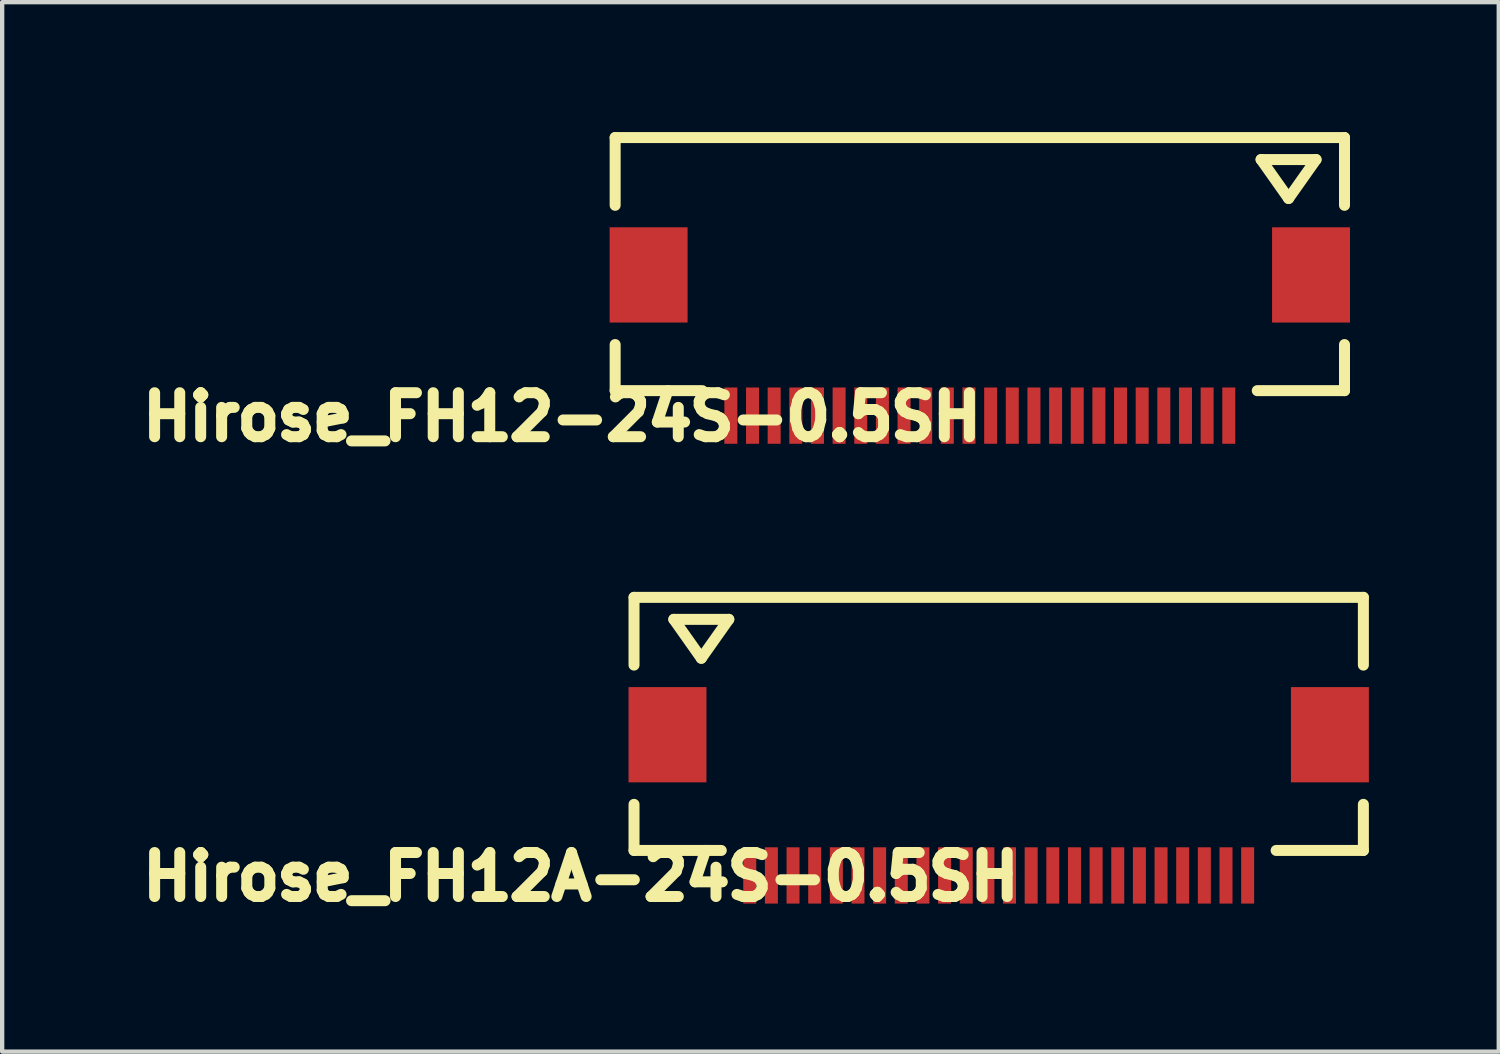
<source format=kicad_pcb>
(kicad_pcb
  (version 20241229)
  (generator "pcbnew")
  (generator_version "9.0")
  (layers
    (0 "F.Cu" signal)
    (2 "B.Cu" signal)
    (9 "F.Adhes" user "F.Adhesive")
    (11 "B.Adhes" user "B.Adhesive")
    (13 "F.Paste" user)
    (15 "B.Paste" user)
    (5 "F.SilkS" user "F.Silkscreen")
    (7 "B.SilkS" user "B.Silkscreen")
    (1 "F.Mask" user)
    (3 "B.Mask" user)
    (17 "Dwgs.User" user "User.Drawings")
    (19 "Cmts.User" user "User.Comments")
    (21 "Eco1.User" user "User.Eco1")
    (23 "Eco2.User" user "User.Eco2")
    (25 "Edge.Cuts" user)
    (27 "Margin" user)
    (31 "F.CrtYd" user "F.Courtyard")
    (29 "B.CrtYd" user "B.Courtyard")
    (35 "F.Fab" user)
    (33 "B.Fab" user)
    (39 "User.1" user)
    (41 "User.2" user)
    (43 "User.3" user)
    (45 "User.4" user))
  (footprint "Hirose_FH12-24S-0.5SH"
    (layer "F.Cu")
    (at 19.581 3.3)
    (property "Reference" "Hirose_FH12-24S-0.5SH" (at -9.65 3.28 0) (layer "F.SilkS") (effects (font (size 1.016 1.016) (thickness 0.254))))
    (attr through_hole)
    (fp_line (start -8.423 -3.173) (end -8.423 -1.608) (stroke (width 0.254) (type solid)) (layer "F.SilkS"))
    (fp_line (start -8.423 1.608) (end -8.423 2.673) (stroke (width 0.254) (type solid)) (layer "F.SilkS"))
    (fp_line (start -8.423 2.673) (end -6.408 2.673) (stroke (width 0.254) (type solid)) (layer "F.SilkS"))
    (fp_line (start 6.496 -2.665) (end 7.766 -2.665) (stroke (width 0.254) (type solid)) (layer "F.SilkS"))
    (fp_line (start 7.131 -1.766) (end 6.496 -2.665) (stroke (width 0.254) (type solid)) (layer "F.SilkS"))
    (fp_line (start 7.766 -2.665) (end 7.131 -1.766) (stroke (width 0.254) (type solid)) (layer "F.SilkS"))
    (fp_line (start 8.423 -3.173) (end -8.423 -3.173) (stroke (width 0.254) (type solid)) (layer "F.SilkS"))
    (fp_line (start 8.423 -1.608) (end 8.423 -3.173) (stroke (width 0.254) (type solid)) (layer "F.SilkS"))
    (fp_line (start 8.423 1.608) (end 8.423 2.673) (stroke (width 0.254) (type solid)) (layer "F.SilkS"))
    (fp_line (start 8.423 2.673) (end 6.408 2.673) (stroke (width 0.254) (type solid)) (layer "F.SilkS"))
    (pad "" smd rect (at -7.65 0 270) (size 2.2 1.8) (layers "F.Cu" "F.Mask" "F.Paste"))
    (pad "" smd rect (at 7.65 0 270) (size 2.2 1.8) (layers "F.Cu" "F.Mask" "F.Paste"))
    (pad "1" smd rect (at 5.75 3.25 270) (size 1.3 0.3) (layers "F.Cu" "F.Mask" "F.Paste"))
    (pad "2" smd rect (at 5.25 3.25 270) (size 1.3 0.3) (layers "F.Cu" "F.Mask" "F.Paste"))
    (pad "3" smd rect (at 4.75 3.25 270) (size 1.3 0.3) (layers "F.Cu" "F.Mask" "F.Paste"))
    (pad "4" smd rect (at 4.25 3.25 270) (size 1.3 0.3) (layers "F.Cu" "F.Mask" "F.Paste"))
    (pad "5" smd rect (at 3.75 3.25 270) (size 1.3 0.3) (layers "F.Cu" "F.Mask" "F.Paste"))
    (pad "6" smd rect (at 3.25 3.25 270) (size 1.3 0.3) (layers "F.Cu" "F.Mask" "F.Paste"))
    (pad "7" smd rect (at 2.75 3.25 270) (size 1.3 0.3) (layers "F.Cu" "F.Mask" "F.Paste"))
    (pad "8" smd rect (at 2.25 3.25 270) (size 1.3 0.3) (layers "F.Cu" "F.Mask" "F.Paste"))
    (pad "9" smd rect (at 1.75 3.25 270) (size 1.3 0.3) (layers "F.Cu" "F.Mask" "F.Paste"))
    (pad "10" smd rect (at 1.25 3.25 270) (size 1.3 0.3) (layers "F.Cu" "F.Mask" "F.Paste"))
    (pad "11" smd rect (at 0.75 3.25 270) (size 1.3 0.3) (layers "F.Cu" "F.Mask" "F.Paste"))
    (pad "12" smd rect (at 0.25 3.25 270) (size 1.3 0.3) (layers "F.Cu" "F.Mask" "F.Paste"))
    (pad "13" smd rect (at -0.25 3.25 270) (size 1.3 0.3) (layers "F.Cu" "F.Mask" "F.Paste"))
    (pad "14" smd rect (at -0.75 3.25 270) (size 1.3 0.3) (layers "F.Cu" "F.Mask" "F.Paste"))
    (pad "15" smd rect (at -1.25 3.25 270) (size 1.3 0.3) (layers "F.Cu" "F.Mask" "F.Paste"))
    (pad "16" smd rect (at -1.75 3.25 270) (size 1.3 0.3) (layers "F.Cu" "F.Mask" "F.Paste"))
    (pad "17" smd rect (at -2.25 3.25 270) (size 1.3 0.3) (layers "F.Cu" "F.Mask" "F.Paste"))
    (pad "18" smd rect (at -2.75 3.25 270) (size 1.3 0.3) (layers "F.Cu" "F.Mask" "F.Paste"))
    (pad "19" smd rect (at -3.25 3.25 270) (size 1.3 0.3) (layers "F.Cu" "F.Mask" "F.Paste"))
    (pad "20" smd rect (at -3.75 3.25 270) (size 1.3 0.3) (layers "F.Cu" "F.Mask" "F.Paste"))
    (pad "21" smd rect (at -4.25 3.25 270) (size 1.3 0.3) (layers "F.Cu" "F.Mask" "F.Paste"))
    (pad "22" smd rect (at -4.75 3.25 270) (size 1.3 0.3) (layers "F.Cu" "F.Mask" "F.Paste"))
    (pad "23" smd rect (at -5.25 3.25 270) (size 1.3 0.3) (layers "F.Cu" "F.Mask" "F.Paste"))
    (pad "24" smd rect (at -5.75 3.25 270) (size 1.3 0.3) (layers "F.Cu" "F.Mask" "F.Paste")))
  (footprint "Hirose_FH12A-24S-0.5SH"
    (layer "F.Cu")
    (at 20.017 13.92)
    (property "Reference" "Hirose_FH12A-24S-0.5SH" (at -9.65 3.28 0) (layer "F.SilkS") (effects (font (size 1.016 1.016) (thickness 0.254))))
    (attr through_hole)
    (fp_line (start -8.423 -3.173) (end -8.423 -1.608) (stroke (width 0.254) (type solid)) (layer "F.SilkS"))
    (fp_line (start -8.423 1.608) (end -8.423 2.673) (stroke (width 0.254) (type solid)) (layer "F.SilkS"))
    (fp_line (start -8.423 2.673) (end -6.408 2.673) (stroke (width 0.254) (type solid)) (layer "F.SilkS"))
    (fp_line (start -7.504 -2.665) (end -6.234 -2.665) (stroke (width 0.254) (type solid)) (layer "F.SilkS"))
    (fp_line (start -6.869 -1.766) (end -7.504 -2.665) (stroke (width 0.254) (type solid)) (layer "F.SilkS"))
    (fp_line (start -6.234 -2.665) (end -6.869 -1.766) (stroke (width 0.254) (type solid)) (layer "F.SilkS"))
    (fp_line (start 8.423 -3.173) (end -8.423 -3.173) (stroke (width 0.254) (type solid)) (layer "F.SilkS"))
    (fp_line (start 8.423 -1.608) (end 8.423 -3.173) (stroke (width 0.254) (type solid)) (layer "F.SilkS"))
    (fp_line (start 8.423 1.608) (end 8.423 2.673) (stroke (width 0.254) (type solid)) (layer "F.SilkS"))
    (fp_line (start 8.423 2.673) (end 6.408 2.673) (stroke (width 0.254) (type solid)) (layer "F.SilkS"))
    (pad "" smd rect (at -7.65 0 270) (size 2.2 1.8) (layers "F.Cu" "F.Mask" "F.Paste"))
    (pad "" smd rect (at 7.65 0 270) (size 2.2 1.8) (layers "F.Cu" "F.Mask" "F.Paste"))
    (pad "1" smd rect (at -5.75 3.25 270) (size 1.3 0.3) (layers "F.Cu" "F.Mask" "F.Paste"))
    (pad "2" smd rect (at -5.25 3.25 270) (size 1.3 0.3) (layers "F.Cu" "F.Mask" "F.Paste"))
    (pad "3" smd rect (at -4.75 3.25 270) (size 1.3 0.3) (layers "F.Cu" "F.Mask" "F.Paste"))
    (pad "4" smd rect (at -4.25 3.25 270) (size 1.3 0.3) (layers "F.Cu" "F.Mask" "F.Paste"))
    (pad "5" smd rect (at -3.75 3.25 270) (size 1.3 0.3) (layers "F.Cu" "F.Mask" "F.Paste"))
    (pad "6" smd rect (at -3.25 3.25 270) (size 1.3 0.3) (layers "F.Cu" "F.Mask" "F.Paste"))
    (pad "7" smd rect (at -2.75 3.25 270) (size 1.3 0.3) (layers "F.Cu" "F.Mask" "F.Paste"))
    (pad "8" smd rect (at -2.25 3.25 270) (size 1.3 0.3) (layers "F.Cu" "F.Mask" "F.Paste"))
    (pad "9" smd rect (at -1.75 3.25 270) (size 1.3 0.3) (layers "F.Cu" "F.Mask" "F.Paste"))
    (pad "10" smd rect (at -1.25 3.25 270) (size 1.3 0.3) (layers "F.Cu" "F.Mask" "F.Paste"))
    (pad "11" smd rect (at -0.75 3.25 270) (size 1.3 0.3) (layers "F.Cu" "F.Mask" "F.Paste"))
    (pad "12" smd rect (at -0.25 3.25 270) (size 1.3 0.3) (layers "F.Cu" "F.Mask" "F.Paste"))
    (pad "13" smd rect (at 0.25 3.25 270) (size 1.3 0.3) (layers "F.Cu" "F.Mask" "F.Paste"))
    (pad "14" smd rect (at 0.75 3.25 270) (size 1.3 0.3) (layers "F.Cu" "F.Mask" "F.Paste"))
    (pad "15" smd rect (at 1.25 3.25 270) (size 1.3 0.3) (layers "F.Cu" "F.Mask" "F.Paste"))
    (pad "16" smd rect (at 1.75 3.25 270) (size 1.3 0.3) (layers "F.Cu" "F.Mask" "F.Paste"))
    (pad "17" smd rect (at 2.25 3.25 270) (size 1.3 0.3) (layers "F.Cu" "F.Mask" "F.Paste"))
    (pad "18" smd rect (at 2.75 3.25 270) (size 1.3 0.3) (layers "F.Cu" "F.Mask" "F.Paste"))
    (pad "19" smd rect (at 3.25 3.25 270) (size 1.3 0.3) (layers "F.Cu" "F.Mask" "F.Paste"))
    (pad "20" smd rect (at 3.75 3.25 270) (size 1.3 0.3) (layers "F.Cu" "F.Mask" "F.Paste"))
    (pad "21" smd rect (at 4.25 3.25 270) (size 1.3 0.3) (layers "F.Cu" "F.Mask" "F.Paste"))
    (pad "22" smd rect (at 4.75 3.25 270) (size 1.3 0.3) (layers "F.Cu" "F.Mask" "F.Paste"))
    (pad "23" smd rect (at 5.25 3.25 270) (size 1.3 0.3) (layers "F.Cu" "F.Mask" "F.Paste"))
    (pad "24" smd rect (at 5.75 3.25 270) (size 1.3 0.3) (layers "F.Cu" "F.Mask" "F.Paste")))
  (gr_rect
    (start -3 -3)
    (end 31.567 21.239)
    (stroke (width 0.1) (type default))
    (fill no)
    (layer "Edge.Cuts")))
</source>
